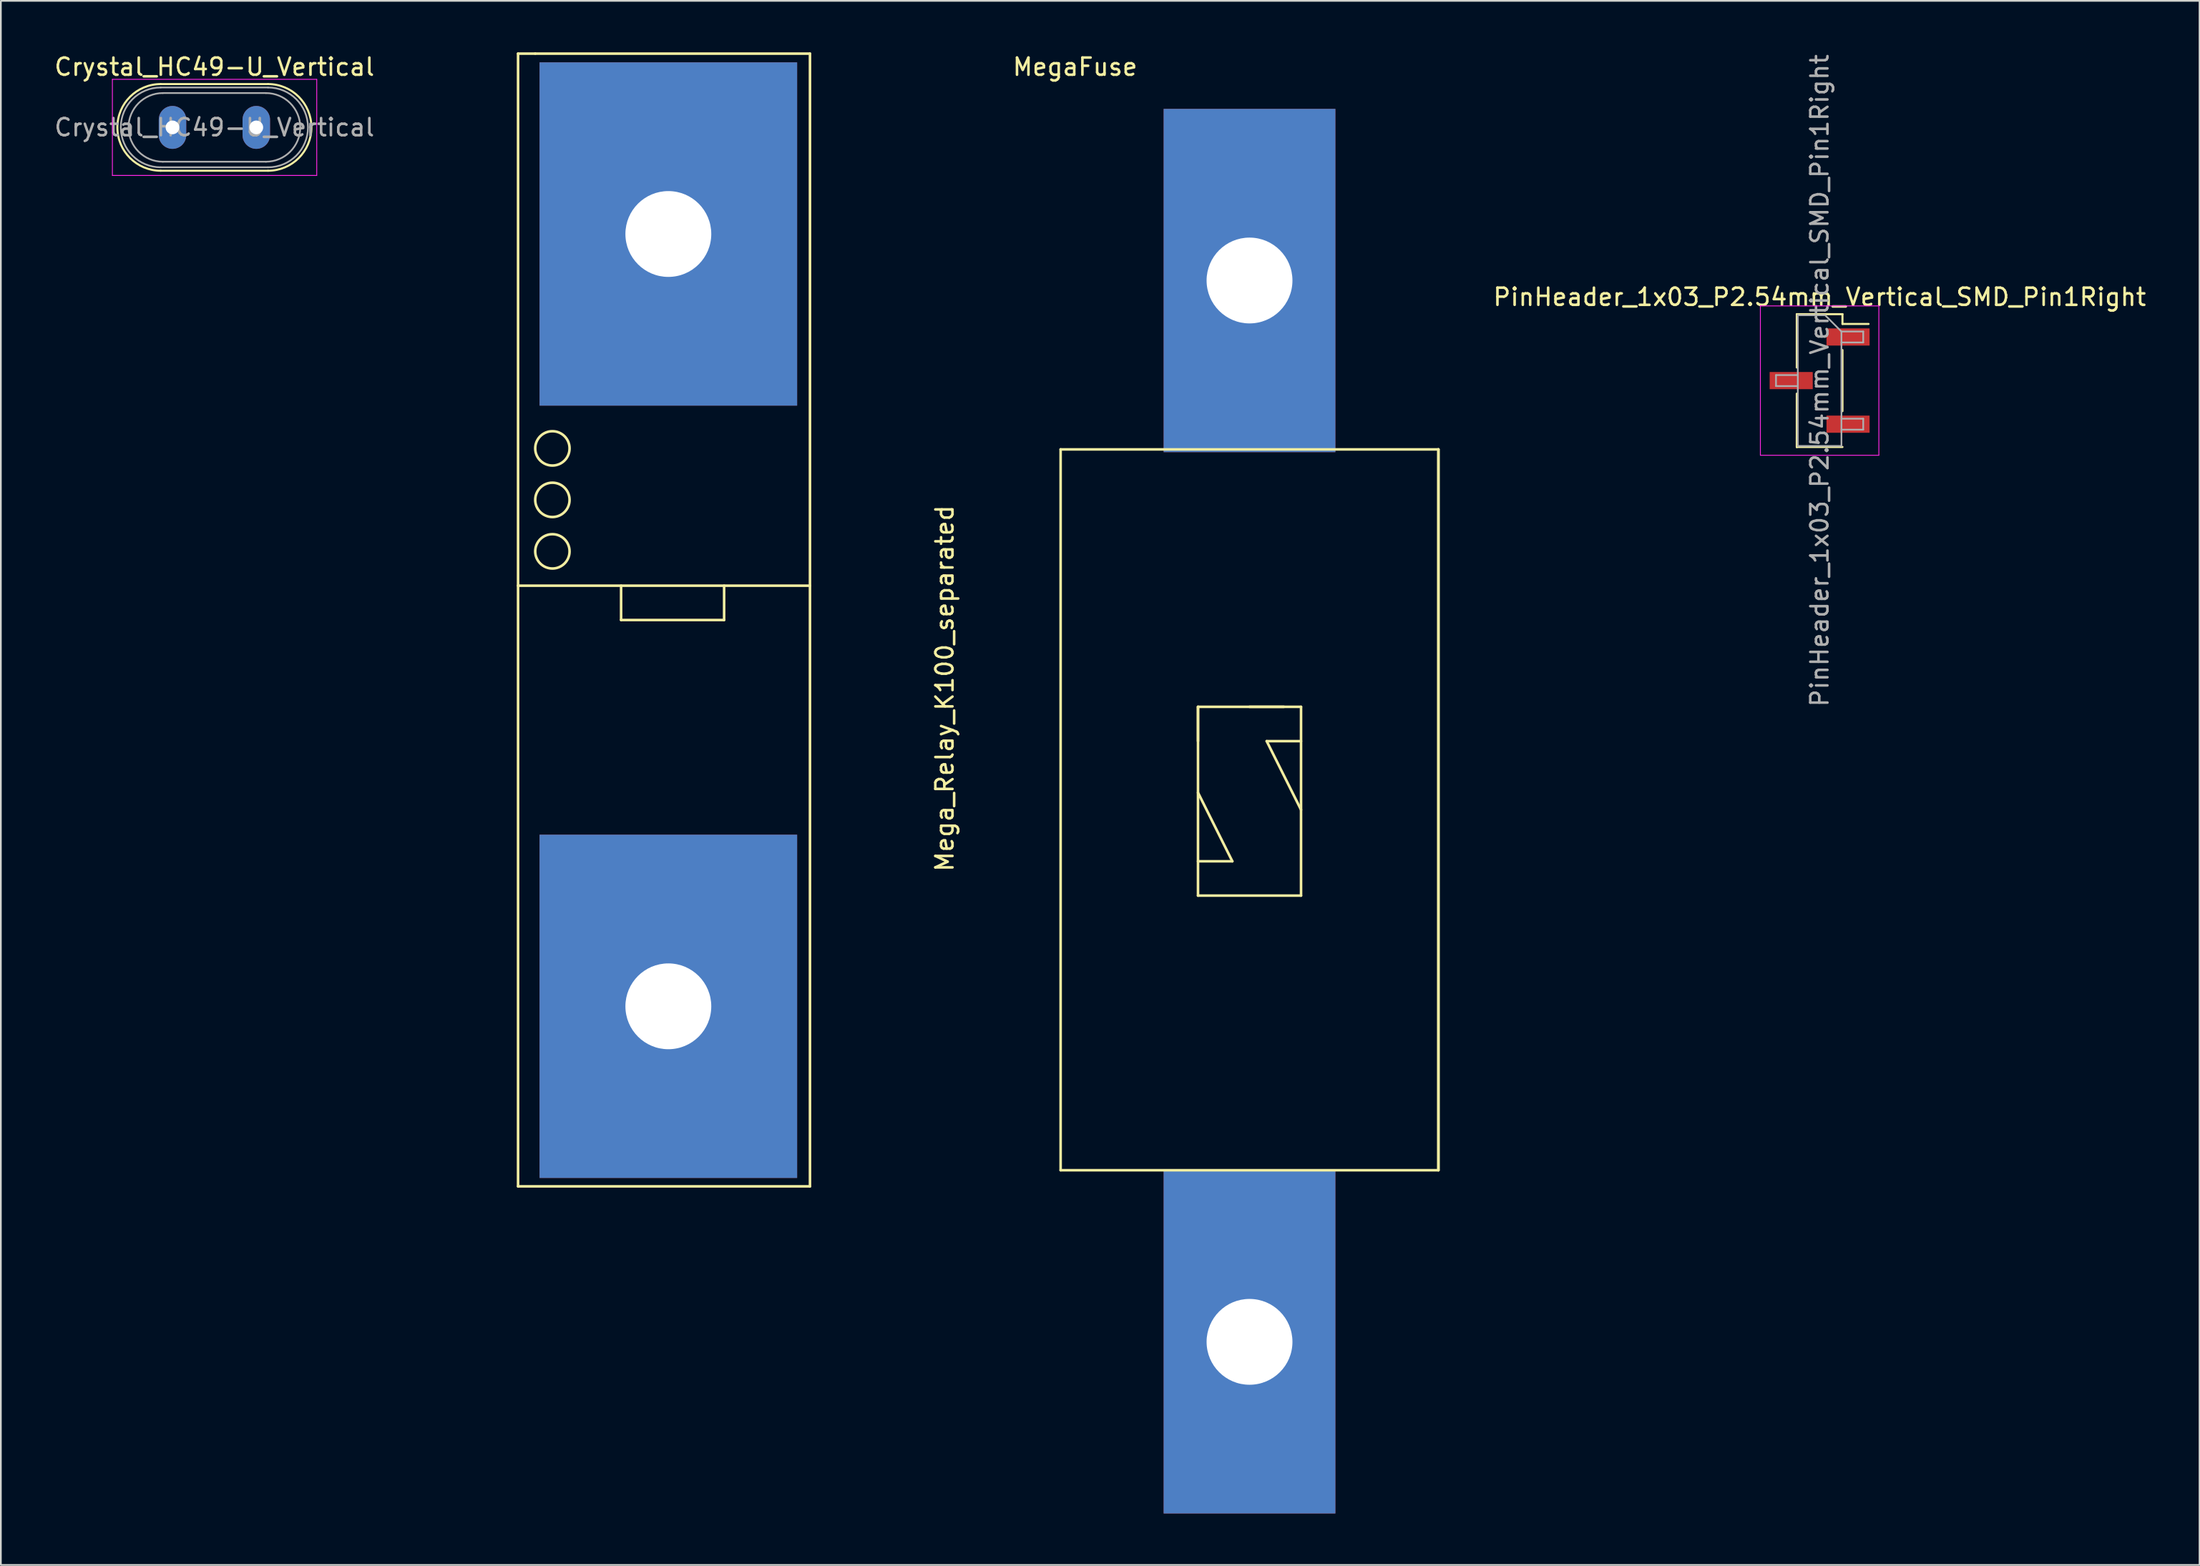
<source format=kicad_pcb>
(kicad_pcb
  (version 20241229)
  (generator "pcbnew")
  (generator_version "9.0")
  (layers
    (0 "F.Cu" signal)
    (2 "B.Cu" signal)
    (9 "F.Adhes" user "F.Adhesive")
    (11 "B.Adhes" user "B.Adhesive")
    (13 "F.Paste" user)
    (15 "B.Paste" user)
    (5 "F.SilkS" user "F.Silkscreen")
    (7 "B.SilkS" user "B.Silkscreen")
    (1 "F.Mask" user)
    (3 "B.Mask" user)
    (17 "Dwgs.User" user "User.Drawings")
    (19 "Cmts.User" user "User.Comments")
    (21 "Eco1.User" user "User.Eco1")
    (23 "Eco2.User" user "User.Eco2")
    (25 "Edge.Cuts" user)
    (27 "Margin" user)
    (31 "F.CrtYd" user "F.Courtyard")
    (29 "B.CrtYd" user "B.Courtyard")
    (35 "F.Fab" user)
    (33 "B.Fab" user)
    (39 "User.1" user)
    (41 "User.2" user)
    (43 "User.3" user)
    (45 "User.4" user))
  (footprint "Mega_Relay_K100_separated"
    (layer "F.Cu")
    (at 22.119 30.075)
    (property "Reference" "Mega_Relay_K100_separated" (at 29.845 6.985 90) (layer "F.SilkS") (effects (font (size 1 1) (thickness 0.15))))
    (attr through_hole)
    (fp_line (start 5 -30) (end 6 -30) (stroke (width 0.15) (type solid)) (layer "F.SilkS"))
    (fp_line (start 5 36) (end 5 -30) (stroke (width 0.15) (type solid)) (layer "F.SilkS"))
    (fp_line (start 6 -30) (end 22 -30) (stroke (width 0.15) (type solid)) (layer "F.SilkS"))
    (fp_line (start 11 1) (end 11 3) (stroke (width 0.15) (type solid)) (layer "F.SilkS"))
    (fp_line (start 11 3) (end 17 3) (stroke (width 0.15) (type solid)) (layer "F.SilkS"))
    (fp_line (start 17 3) (end 17 1) (stroke (width 0.15) (type solid)) (layer "F.SilkS"))
    (fp_line (start 22 -30) (end 22 36) (stroke (width 0.15) (type solid)) (layer "F.SilkS"))
    (fp_line (start 22 1) (end 5 1) (stroke (width 0.15) (type solid)) (layer "F.SilkS"))
    (fp_line (start 22 36) (end 5 36) (stroke (width 0.15) (type solid)) (layer "F.SilkS"))
    (fp_circle (center 7 -7) (end 8 -7) (stroke (width 0.15) (type solid)) (fill no) (layer "F.SilkS"))
    (fp_circle (center 7 -4) (end 8 -4) (stroke (width 0.15) (type solid)) (fill no) (layer "F.SilkS"))
    (fp_circle (center 7 -1) (end 8 -1) (stroke (width 0.15) (type solid)) (fill no) (layer "F.SilkS"))
    (pad "4" thru_hole rect (at 13.752 -19.491) (size 15 20) (drill 5) (layers "*.Cu" "*.Mask"))
    (pad "5" thru_hole rect (at 13.752 25.509) (size 15 20) (drill 5) (layers "*.Cu" "*.Mask")))
  (footprint "Crystal_HC49-U_Vertical"
    (layer "F.Cu")
    (at 6.995 4.373)
    (property "Reference" "Crystal_HC49-U_Vertical" (at 2.44 -3.525 0) (layer "F.SilkS") (effects (font (size 1 1) (thickness 0.15))))
    (attr through_hole)
    (fp_line (start -0.685 -2.525) (end 5.565 -2.525) (stroke (width 0.12) (type solid)) (layer "F.SilkS"))
    (fp_line (start -0.685 2.525) (end 5.565 2.525) (stroke (width 0.12) (type solid)) (layer "F.SilkS"))
    (fp_arc (start -0.685 2.525) (mid -3.21 0) (end -0.685 -2.525) (stroke (width 0.12) (type solid)) (layer "F.SilkS"))
    (fp_arc (start 5.565 -2.525) (mid 8.09 0) (end 5.565 2.525) (stroke (width 0.12) (type solid)) (layer "F.SilkS"))
    (fp_line (start -3.5 -2.8) (end -3.5 2.8) (stroke (width 0.05) (type solid)) (layer "F.CrtYd"))
    (fp_line (start -3.5 2.8) (end 8.4 2.8) (stroke (width 0.05) (type solid)) (layer "F.CrtYd"))
    (fp_line (start 8.4 -2.8) (end -3.5 -2.8) (stroke (width 0.05) (type solid)) (layer "F.CrtYd"))
    (fp_line (start 8.4 2.8) (end 8.4 -2.8) (stroke (width 0.05) (type solid)) (layer "F.CrtYd"))
    (fp_line (start -0.685 -2.325) (end 5.565 -2.325) (stroke (width 0.1) (type solid)) (layer "F.Fab"))
    (fp_line (start -0.685 2.325) (end 5.565 2.325) (stroke (width 0.1) (type solid)) (layer "F.Fab"))
    (fp_line (start -0.56 -2) (end 5.44 -2) (stroke (width 0.1) (type solid)) (layer "F.Fab"))
    (fp_line (start -0.56 2) (end 5.44 2) (stroke (width 0.1) (type solid)) (layer "F.Fab"))
    (fp_arc (start -0.685 2.325) (mid -3.01 0) (end -0.685 -2.325) (stroke (width 0.1) (type solid)) (layer "F.Fab"))
    (fp_arc (start -0.56 2) (mid -2.56 0) (end -0.56 -2) (stroke (width 0.1) (type solid)) (layer "F.Fab"))
    (fp_arc (start 5.44 -2) (mid 7.44 0) (end 5.44 2) (stroke (width 0.1) (type solid)) (layer "F.Fab"))
    (fp_arc (start 5.565 -2.325) (mid 7.89 0) (end 5.565 2.325) (stroke (width 0.1) (type solid)) (layer "F.Fab"))
    (fp_text user "${REFERENCE}" (at 2.44 0 0) (layer "F.Fab") (effects (font (size 1 1) (thickness 0.15))))
    (pad "1" thru_hole oval (at 0 0) (size 1.6 2.5) (drill 0.8) (layers "*.Cu" "*.Mask"))
    (pad "2" thru_hole oval (at 4.88 0) (size 1.6 2.5) (drill 0.8) (layers "*.Cu" "*.Mask")))
  (footprint "MegaFuse"
    (layer "F.Cu")
    (at 69.716 3.134)
    (property "Reference" "MegaFuse" (at -10.16 -2.286 180) (layer "F.SilkS") (effects (font (size 1 1) (thickness 0.15))))
    (attr through_hole)
    (fp_line (start -11 20) (end -11 62) (stroke (width 0.15) (type solid)) (layer "F.SilkS"))
    (fp_line (start -11 20) (end 11 20) (stroke (width 0.15) (type solid)) (layer "F.SilkS"))
    (fp_line (start -11 62) (end 11 62) (stroke (width 0.15) (type solid)) (layer "F.SilkS"))
    (fp_line (start -3 35) (end -3 37) (stroke (width 0.15) (type solid)) (layer "F.SilkS"))
    (fp_line (start -3 35) (end 2 35) (stroke (width 0.15) (type solid)) (layer "F.SilkS"))
    (fp_line (start -3 44) (end -1 44) (stroke (width 0.15) (type solid)) (layer "F.SilkS"))
    (fp_line (start -3 46) (end -3 35) (stroke (width 0.15) (type solid)) (layer "F.SilkS"))
    (fp_line (start -1 44) (end -3 40) (stroke (width 0.15) (type solid)) (layer "F.SilkS"))
    (fp_line (start 0 35) (end 3 35) (stroke (width 0.15) (type solid)) (layer "F.SilkS"))
    (fp_line (start 1 37) (end 3 41) (stroke (width 0.15) (type solid)) (layer "F.SilkS"))
    (fp_line (start 3 35) (end 3 46) (stroke (width 0.15) (type solid)) (layer "F.SilkS"))
    (fp_line (start 3 37) (end 1 37) (stroke (width 0.15) (type solid)) (layer "F.SilkS"))
    (fp_line (start 3 46) (end -3 46) (stroke (width 0.15) (type solid)) (layer "F.SilkS"))
    (fp_line (start 11 62) (end 11 20) (stroke (width 0.15) (type solid)) (layer "F.SilkS"))
    (fp_line (start 11 62) (end 11 20) (stroke (width 0.15) (type solid)) (layer "F.SilkS"))
    (pad "1" thru_hole rect (at 0 10.16) (size 10 20) (drill 5) (layers "*.Cu" "*.Mask"))
    (pad "2" thru_hole rect (at 0 72) (size 10 20) (drill 5) (layers "*.Cu" "*.Mask")))
  (footprint "PinHeader_1x03_P2.54mm_Vertical_SMD_Pin1Right"
    (layer "F.Cu")
    (at 102.916 19.125)
    (property "Reference" "PinHeader_1x03_P2.54mm_Vertical_SMD_Pin1Right" (at 0 -4.87 0) (layer "F.SilkS") (effects (font (size 1 1) (thickness 0.15))))
    (attr smd)
    (fp_line (start -1.33 -3.87) (end -1.33 -0.76) (stroke (width 0.12) (type solid)) (layer "F.SilkS"))
    (fp_line (start -1.33 -3.87) (end 1.33 -3.87) (stroke (width 0.12) (type solid)) (layer "F.SilkS"))
    (fp_line (start -1.33 0.76) (end -1.33 3.87) (stroke (width 0.12) (type solid)) (layer "F.SilkS"))
    (fp_line (start -1.33 3.3) (end -1.33 3.87) (stroke (width 0.12) (type solid)) (layer "F.SilkS"))
    (fp_line (start -1.33 3.87) (end 1.33 3.87) (stroke (width 0.12) (type solid)) (layer "F.SilkS"))
    (fp_line (start 1.33 -3.87) (end 1.33 -3.3) (stroke (width 0.12) (type solid)) (layer "F.SilkS"))
    (fp_line (start 1.33 -3.3) (end 2.85 -3.3) (stroke (width 0.12) (type solid)) (layer "F.SilkS"))
    (fp_line (start 1.33 -1.78) (end 1.33 1.78) (stroke (width 0.12) (type solid)) (layer "F.SilkS"))
    (fp_line (start -3.45 -4.35) (end -3.45 4.35) (stroke (width 0.05) (type solid)) (layer "F.CrtYd"))
    (fp_line (start -3.45 4.35) (end 3.45 4.35) (stroke (width 0.05) (type solid)) (layer "F.CrtYd"))
    (fp_line (start 3.45 -4.35) (end -3.45 -4.35) (stroke (width 0.05) (type solid)) (layer "F.CrtYd"))
    (fp_line (start 3.45 4.35) (end 3.45 -4.35) (stroke (width 0.05) (type solid)) (layer "F.CrtYd"))
    (fp_line (start -2.54 -0.32) (end -2.54 0.32) (stroke (width 0.1) (type solid)) (layer "F.Fab"))
    (fp_line (start -2.54 0.32) (end -1.27 0.32) (stroke (width 0.1) (type solid)) (layer "F.Fab"))
    (fp_line (start -1.27 -3.81) (end -1.27 3.81) (stroke (width 0.1) (type solid)) (layer "F.Fab"))
    (fp_line (start -1.27 -3.81) (end 0.32 -3.81) (stroke (width 0.1) (type solid)) (layer "F.Fab"))
    (fp_line (start -1.27 -0.32) (end -2.54 -0.32) (stroke (width 0.1) (type solid)) (layer "F.Fab"))
    (fp_line (start 1.27 -2.86) (end 0.32 -3.81) (stroke (width 0.1) (type solid)) (layer "F.Fab"))
    (fp_line (start 1.27 -2.86) (end 2.54 -2.86) (stroke (width 0.1) (type solid)) (layer "F.Fab"))
    (fp_line (start 1.27 2.22) (end 2.54 2.22) (stroke (width 0.1) (type solid)) (layer "F.Fab"))
    (fp_line (start 1.27 3.81) (end -1.27 3.81) (stroke (width 0.1) (type solid)) (layer "F.Fab"))
    (fp_line (start 1.27 3.81) (end 1.27 -2.86) (stroke (width 0.1) (type solid)) (layer "F.Fab"))
    (fp_line (start 2.54 -2.86) (end 2.54 -2.22) (stroke (width 0.1) (type solid)) (layer "F.Fab"))
    (fp_line (start 2.54 -2.22) (end 1.27 -2.22) (stroke (width 0.1) (type solid)) (layer "F.Fab"))
    (fp_line (start 2.54 2.22) (end 2.54 2.86) (stroke (width 0.1) (type solid)) (layer "F.Fab"))
    (fp_line (start 2.54 2.86) (end 1.27 2.86) (stroke (width 0.1) (type solid)) (layer "F.Fab"))
    (fp_text user "${REFERENCE}" (at 0 0 270) (layer "F.Fab") (effects (font (size 1 1) (thickness 0.15))))
    (pad "1" smd rect (at 1.655 -2.54) (size 2.51 1) (layers "F.Cu" "F.Mask" "F.Paste"))
    (pad "2" smd rect (at -1.655 0) (size 2.51 1) (layers "F.Cu" "F.Mask" "F.Paste"))
    (pad "3" smd rect (at 1.655 2.54) (size 2.51 1) (layers "F.Cu" "F.Mask" "F.Paste")))
  (gr_rect
    (start -3 -3)
    (end 125.041 88.134)
    (stroke (width 0.1) (type default))
    (fill no)
    (layer "Edge.Cuts")))
</source>
